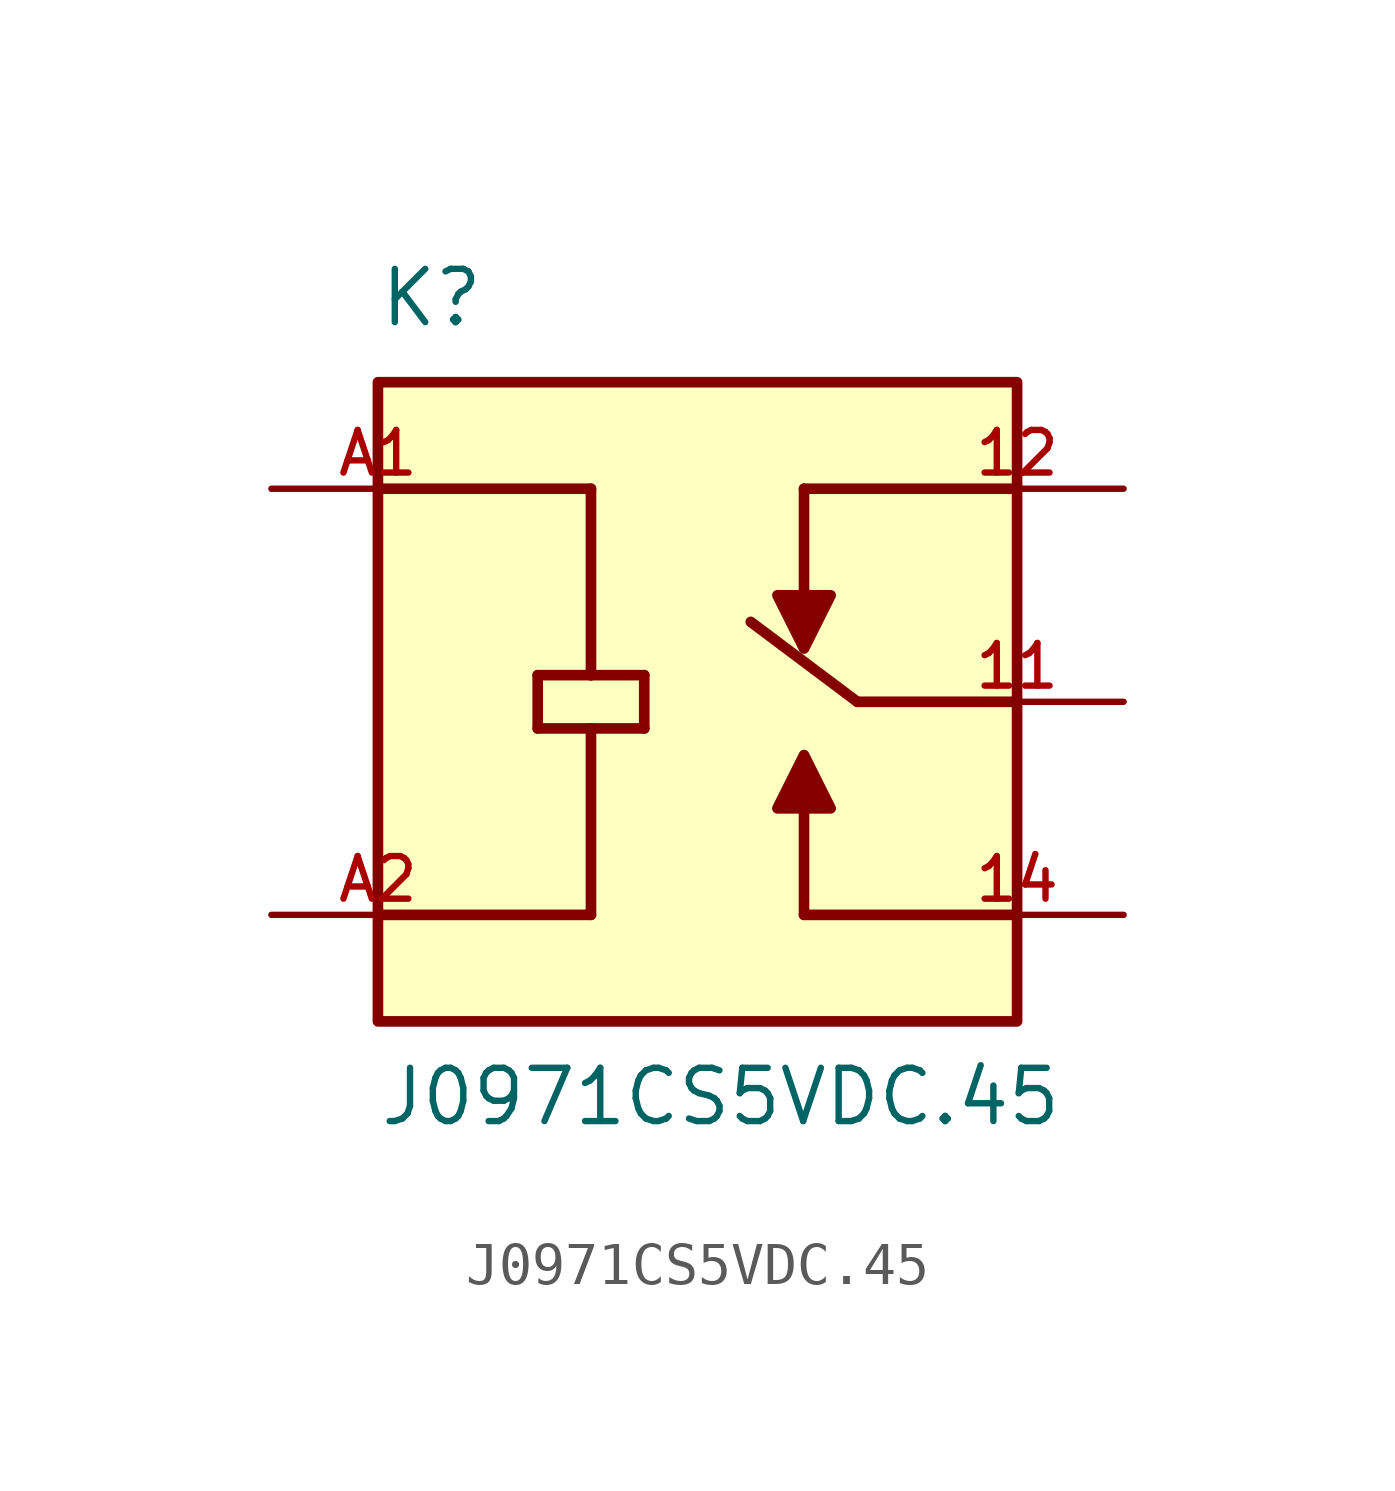
<source format=kicad_sym>
(kicad_symbol_lib
  (version 20211014)
  (generator kicad_symbol_editor)
  (symbol "J0971CS5VDC.45"
    (pin_names
      (offset 1.016))
    (property "Reference" "K"
      (at -7.62 8.89 0)
      (effects (font (size 1.27 1.27)) (justify bottom left)))
    (property "Value" "J0971CS5VDC.45"
      (at -7.62 -10.16 0)
      (effects (font (size 1.27 1.27)) (justify bottom left)))
    (symbol "J0971CS5VDC.45_0_0"
      (polyline (pts (xy 7.62 0.0) (xy 3.81 0.0)) (stroke (width 0.254)))
      (polyline (pts (xy 7.62 -5.08) (xy 2.54 -5.08)) (stroke (width 0.254)))
      (polyline (pts (xy 2.54 -5.08) (xy 2.54 -2.54)) (stroke (width 0.254)))
      (polyline (pts (xy 1.905 -2.54) (xy 3.175 -2.54) (xy 2.54 -1.27) (xy 1.905 -2.54)) (stroke (width 0.254)) (fill (type outline)))
      (polyline (pts (xy -7.62 5.08) (xy -2.54 5.08)) (stroke (width 0.254)))
      (polyline (pts (xy -3.81 0.635) (xy -2.54 0.635)) (stroke (width 0.254)))
      (polyline (pts (xy -2.54 0.635) (xy -1.27 0.635)) (stroke (width 0.254)))
      (polyline (pts (xy -1.27 0.635) (xy -1.27 -0.635)) (stroke (width 0.254)))
      (polyline (pts (xy -1.27 -0.635) (xy -2.54 -0.635)) (stroke (width 0.254)))
      (polyline (pts (xy -2.54 -0.635) (xy -3.81 -0.635)) (stroke (width 0.254)))
      (polyline (pts (xy -3.81 -0.635) (xy -3.81 0.635)) (stroke (width 0.254)))
      (polyline (pts (xy -7.62 -5.08) (xy -2.54 -5.08)) (stroke (width 0.254)))
      (polyline (pts (xy -2.54 5.08) (xy -2.54 0.635)) (stroke (width 0.254)))
      (polyline (pts (xy -2.54 -0.635) (xy -2.54 -5.08)) (stroke (width 0.254)))
      (polyline (pts (xy 2.54 5.08) (xy 2.54 2.54)) (stroke (width 0.254)))
      (polyline (pts (xy 3.175 2.54) (xy 1.905 2.54) (xy 2.54 1.27) (xy 3.175 2.54)) (stroke (width 0.254)) (fill (type outline)))
      (polyline (pts (xy 2.54 5.08) (xy 7.62 5.08)) (stroke (width 0.254)))
      (polyline (pts (xy 3.81 0.0) (xy 1.27 1.905)) (stroke (width 0.254)))
      (rectangle (start -7.62 -7.62) (end 7.62 7.62) (stroke (width 0.254)) (fill (type background)))
      (pin passive line (at 10.16 0.0 180.0) (length 5.08) (name "~" (effects (font (size 1.016 1.016)))) (number "11" (effects (font (size 1.016 1.016)))))
      (pin passive line (at 10.16 -5.08 180.0) (length 5.08) (name "~" (effects (font (size 1.016 1.016)))) (number "14" (effects (font (size 1.016 1.016)))))
      (pin passive line (at -10.16 5.08 0) (length 5.08) (name "~" (effects (font (size 1.016 1.016)))) (number "A1" (effects (font (size 1.016 1.016)))))
      (pin passive line (at -10.16 -5.08 0) (length 5.08) (name "~" (effects (font (size 1.016 1.016)))) (number "A2" (effects (font (size 1.016 1.016)))))
      (pin passive line (at 10.16 5.08 180.0) (length 5.08) (name "~" (effects (font (size 1.016 1.016)))) (number "12" (effects (font (size 1.016 1.016))))))))
</source>
